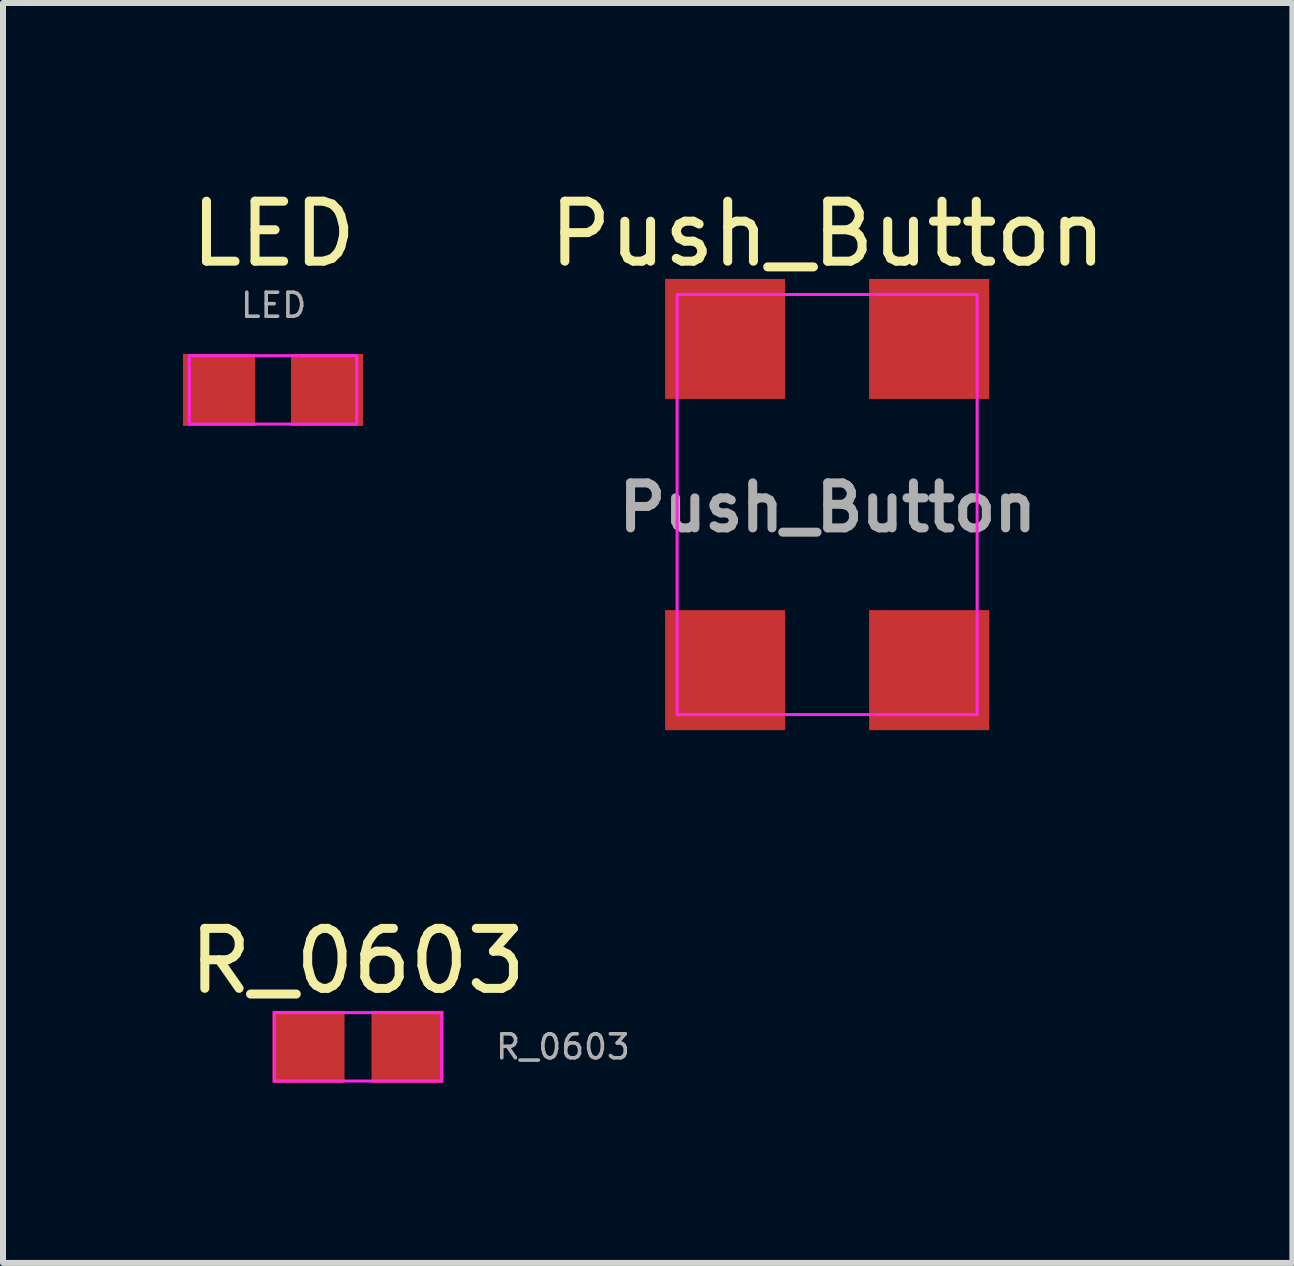
<source format=kicad_pcb>
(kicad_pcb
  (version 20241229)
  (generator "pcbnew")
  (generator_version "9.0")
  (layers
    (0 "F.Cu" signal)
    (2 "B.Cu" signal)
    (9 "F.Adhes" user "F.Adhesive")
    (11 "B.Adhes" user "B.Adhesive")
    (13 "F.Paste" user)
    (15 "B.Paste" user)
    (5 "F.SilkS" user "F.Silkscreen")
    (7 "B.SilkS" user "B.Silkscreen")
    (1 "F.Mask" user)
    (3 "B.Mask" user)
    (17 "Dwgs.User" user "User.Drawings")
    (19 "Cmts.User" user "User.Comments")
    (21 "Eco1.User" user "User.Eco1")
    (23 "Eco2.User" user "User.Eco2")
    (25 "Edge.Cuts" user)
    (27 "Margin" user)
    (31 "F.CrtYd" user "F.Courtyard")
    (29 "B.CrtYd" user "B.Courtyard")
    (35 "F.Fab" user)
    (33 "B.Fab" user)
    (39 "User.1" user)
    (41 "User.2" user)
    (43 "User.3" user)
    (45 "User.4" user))
  (footprint "Push_Button"
    (layer "F.Cu")
    (at 10.734 5.358)
    (property "Reference" "Push_Button" (at 0.01 -4.51 0) (layer "F.SilkS") (effects (font (size 1 1) (thickness 0.15))))
    (attr smd)
    (fp_rect (start -2.5 -3.5) (end 2.5 3.5) (stroke (width 0.05) (type solid)) (fill no) (layer "F.CrtYd"))
    (fp_text user "${REFERENCE}" (at 0.01 0.05 0) (layer "F.Fab") (effects (font (size 0.75 0.75) (thickness 0.15))))
    (pad "" smd roundrect (at -1.7 -2.76) (size 1 1) (layers "F.Mask" "F.Paste") (roundrect_rratio 0.25))
    (pad "" smd roundrect (at -1.69 2.77) (size 1 1) (layers "F.Mask" "F.Paste") (roundrect_rratio 0.25))
    (pad "" smd roundrect (at 1.71 -2.77) (size 1 1) (layers "F.Mask" "F.Paste") (roundrect_rratio 0.25))
    (pad "" smd roundrect (at 1.72 2.76) (size 1 1) (layers "F.Mask" "F.Paste") (roundrect_rratio 0.25))
    (pad "1" smd rect (at -1.7 -2.76) (size 2 2) (layers "F.Cu"))
    (pad "1" smd rect (at 1.7 -2.76) (size 2 2) (layers "F.Cu"))
    (pad "2" smd rect (at -1.7 2.76) (size 2 2) (layers "F.Cu"))
    (pad "2" smd rect (at 1.7 2.76) (size 2 2) (layers "F.Cu")))
  (footprint "R_0603"
    (layer "F.Cu")
    (at 2.911 14.396)
    (property "Reference" "R_0603" (at 0 -1.43 0) (layer "F.SilkS") (effects (font (size 1 1) (thickness 0.15))))
    (attr smd)
    (fp_rect (start -1.39 -0.57) (end 1.4 0.57) (stroke (width 0.05) (type solid)) (fill no) (layer "F.CrtYd"))
    (fp_text user "${REFERENCE}" (at 3.42 0 0) (layer "F.Fab") (effects (font (size 0.4 0.4) (thickness 0.06))))
    (pad "" smd roundrect (at -0.82 0) (size 0.8 0.95) (layers "F.Mask" "F.Paste") (roundrect_rratio 0.25))
    (pad "" smd roundrect (at 0.83 0) (size 0.8 0.95) (layers "F.Mask" "F.Paste") (roundrect_rratio 0.25))
    (pad "1" smd rect (at -0.82 0) (size 1.2 1.2) (layers "F.Cu"))
    (pad "2" smd rect (at 0.83 0) (size 1.2 1.2) (layers "F.Cu")))
  (footprint "LED"
    (layer "F.Cu")
    (at 1.5 3.448)
    (property "Reference" "LED" (at 0.01 -2.6 0) (layer "F.SilkS") (effects (font (size 1 1) (thickness 0.15))))
    (attr smd)
    (fp_rect (start -1.395 -0.57) (end 1.395 0.57) (stroke (width 0.05) (type solid)) (fill no) (layer "F.CrtYd"))
    (fp_text user "${REFERENCE}" (at 0.01 -1.41 0) (layer "F.Fab") (effects (font (size 0.4 0.4) (thickness 0.06))))
    (pad "" smd roundrect (at -0.9 0) (size 0.8 0.95) (layers "F.Mask" "F.Paste") (roundrect_rratio 0.25))
    (pad "" smd roundrect (at 0.9 0) (size 0.8 0.95) (layers "F.Mask" "F.Paste") (roundrect_rratio 0.25))
    (pad "1" smd rect (at -0.9 0) (size 1.2 1.2) (layers "F.Cu"))
    (pad "2" smd rect (at 0.9 0) (size 1.2 1.2) (layers "F.Cu")))
  (gr_rect
    (start -3 -3)
    (end 18.488 17.997)
    (stroke (width 0.1) (type default))
    (fill no)
    (layer "Edge.Cuts")))
</source>
